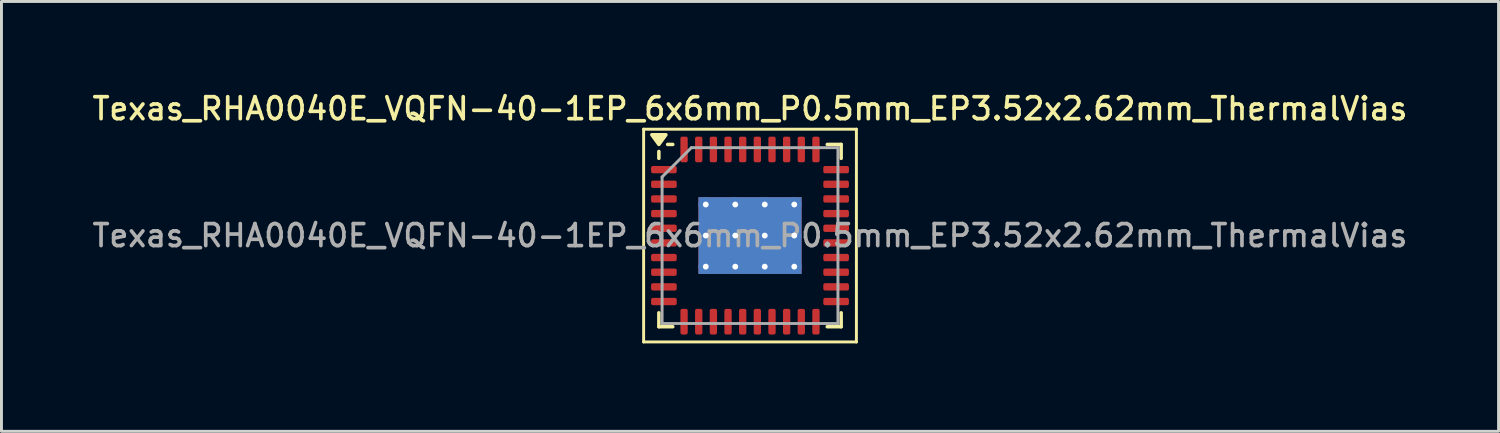
<source format=kicad_pcb>
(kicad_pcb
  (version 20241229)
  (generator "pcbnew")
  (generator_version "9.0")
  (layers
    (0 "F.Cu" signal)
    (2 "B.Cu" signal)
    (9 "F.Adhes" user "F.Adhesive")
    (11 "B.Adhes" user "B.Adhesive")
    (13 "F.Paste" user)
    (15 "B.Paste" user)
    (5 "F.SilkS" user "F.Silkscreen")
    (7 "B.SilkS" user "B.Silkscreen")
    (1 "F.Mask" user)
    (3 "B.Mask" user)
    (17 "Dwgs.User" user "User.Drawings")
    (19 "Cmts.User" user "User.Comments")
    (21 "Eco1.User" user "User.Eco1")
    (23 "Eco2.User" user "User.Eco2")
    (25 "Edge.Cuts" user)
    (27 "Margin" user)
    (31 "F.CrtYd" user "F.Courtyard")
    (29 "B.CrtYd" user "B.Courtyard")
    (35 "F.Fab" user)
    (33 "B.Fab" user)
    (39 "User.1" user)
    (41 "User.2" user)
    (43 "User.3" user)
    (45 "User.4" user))
  (footprint "Texas_RHA0040E_VQFN-40-1EP_6x6mm_P0.5mm_EP3.52x2.62mm_ThermalVias"
    (layer "F.Cu")
    (at 22.541 4.988)
    (property "Reference" "Texas_RHA0040E_VQFN-40-1EP_6x6mm_P0.5mm_EP3.52x2.62mm_ThermalVias" (at 0 -4.33 0) (layer "F.SilkS") (effects (font (size 0.75 0.75) (thickness 0.125))))
    (attr smd)
    (fp_line (start -3.63 -3.63) (end -3.63 3.63) (stroke (width 0.1) (type solid)) (layer "F.SilkS"))
    (fp_line (start -3.63 3.63) (end 3.63 3.63) (stroke (width 0.1) (type solid)) (layer "F.SilkS"))
    (fp_line (start -3.11 -2.635) (end -3.11 -2.87) (stroke (width 0.12) (type solid)) (layer "F.SilkS"))
    (fp_line (start -3.11 3.11) (end -3.11 2.635) (stroke (width 0.12) (type solid)) (layer "F.SilkS"))
    (fp_line (start -2.635 -3.11) (end -2.81 -3.11) (stroke (width 0.12) (type solid)) (layer "F.SilkS"))
    (fp_line (start -2.635 3.11) (end -3.11 3.11) (stroke (width 0.12) (type solid)) (layer "F.SilkS"))
    (fp_line (start 2.635 -3.11) (end 3.11 -3.11) (stroke (width 0.12) (type solid)) (layer "F.SilkS"))
    (fp_line (start 2.635 3.11) (end 3.11 3.11) (stroke (width 0.12) (type solid)) (layer "F.SilkS"))
    (fp_line (start 3.11 -3.11) (end 3.11 -2.635) (stroke (width 0.12) (type solid)) (layer "F.SilkS"))
    (fp_line (start 3.11 3.11) (end 3.11 2.635) (stroke (width 0.12) (type solid)) (layer "F.SilkS"))
    (fp_line (start 3.63 -3.63) (end -3.63 -3.63) (stroke (width 0.1) (type solid)) (layer "F.SilkS"))
    (fp_line (start 3.63 3.63) (end 3.63 -3.63) (stroke (width 0.1) (type solid)) (layer "F.SilkS"))
    (fp_poly (pts (xy -3.11 -3.11) (xy -3.35 -3.44) (xy -2.87 -3.44) (xy -3.11 -3.11)) (stroke (width 0.12) (type solid)) (fill yes) (layer "F.SilkS"))
    (fp_line (start -3 -2) (end -2 -3) (stroke (width 0.1) (type solid)) (layer "F.Fab"))
    (fp_line (start -3 3) (end -3 -2) (stroke (width 0.1) (type solid)) (layer "F.Fab"))
    (fp_line (start -2 -3) (end 3 -3) (stroke (width 0.1) (type solid)) (layer "F.Fab"))
    (fp_line (start 3 -3) (end 3 3) (stroke (width 0.1) (type solid)) (layer "F.Fab"))
    (fp_line (start 3 3) (end -3 3) (stroke (width 0.1) (type solid)) (layer "F.Fab"))
    (fp_text user "${REFERENCE}" (at 0 0 0) (layer "F.Fab") (effects (font (size 0.75 0.75) (thickness 0.125))))
    (pad "" smd roundrect (at -1.17 -0.655) (size 0.98 1.1) (layers "F.Paste") (roundrect_rratio 0.25))
    (pad "" smd roundrect (at -1.17 0.655) (size 0.98 1.1) (layers "F.Paste") (roundrect_rratio 0.25))
    (pad "" smd roundrect (at 0 -0.655) (size 0.98 1.1) (layers "F.Paste") (roundrect_rratio 0.25))
    (pad "" smd roundrect (at 0 0.655) (size 0.98 1.1) (layers "F.Paste") (roundrect_rratio 0.25))
    (pad "" smd roundrect (at 1.17 -0.655) (size 0.98 1.1) (layers "F.Paste") (roundrect_rratio 0.25))
    (pad "" smd roundrect (at 1.17 0.655) (size 0.98 1.1) (layers "F.Paste") (roundrect_rratio 0.25))
    (pad "1" smd roundrect (at -2.938 -2.25) (size 0.875 0.25) (layers "F.Cu" "F.Mask" "F.Paste") (roundrect_rratio 0.25))
    (pad "2" smd roundrect (at -2.938 -1.75) (size 0.875 0.25) (layers "F.Cu" "F.Mask" "F.Paste") (roundrect_rratio 0.25))
    (pad "3" smd roundrect (at -2.938 -1.25) (size 0.875 0.25) (layers "F.Cu" "F.Mask" "F.Paste") (roundrect_rratio 0.25))
    (pad "4" smd roundrect (at -2.938 -0.75) (size 0.875 0.25) (layers "F.Cu" "F.Mask" "F.Paste") (roundrect_rratio 0.25))
    (pad "5" smd roundrect (at -2.938 -0.25) (size 0.875 0.25) (layers "F.Cu" "F.Mask" "F.Paste") (roundrect_rratio 0.25))
    (pad "6" smd roundrect (at -2.938 0.25) (size 0.875 0.25) (layers "F.Cu" "F.Mask" "F.Paste") (roundrect_rratio 0.25))
    (pad "7" smd roundrect (at -2.938 0.75) (size 0.875 0.25) (layers "F.Cu" "F.Mask" "F.Paste") (roundrect_rratio 0.25))
    (pad "8" smd roundrect (at -2.938 1.25) (size 0.875 0.25) (layers "F.Cu" "F.Mask" "F.Paste") (roundrect_rratio 0.25))
    (pad "9" smd roundrect (at -2.938 1.75) (size 0.875 0.25) (layers "F.Cu" "F.Mask" "F.Paste") (roundrect_rratio 0.25))
    (pad "10" smd roundrect (at -2.938 2.25) (size 0.875 0.25) (layers "F.Cu" "F.Mask" "F.Paste") (roundrect_rratio 0.25))
    (pad "11" smd roundrect (at -2.25 2.938) (size 0.25 0.875) (layers "F.Cu" "F.Mask" "F.Paste") (roundrect_rratio 0.25))
    (pad "12" smd roundrect (at -1.75 2.938) (size 0.25 0.875) (layers "F.Cu" "F.Mask" "F.Paste") (roundrect_rratio 0.25))
    (pad "13" smd roundrect (at -1.25 2.938) (size 0.25 0.875) (layers "F.Cu" "F.Mask" "F.Paste") (roundrect_rratio 0.25))
    (pad "14" smd roundrect (at -0.75 2.938) (size 0.25 0.875) (layers "F.Cu" "F.Mask" "F.Paste") (roundrect_rratio 0.25))
    (pad "15" smd roundrect (at -0.25 2.938) (size 0.25 0.875) (layers "F.Cu" "F.Mask" "F.Paste") (roundrect_rratio 0.25))
    (pad "16" smd roundrect (at 0.25 2.938) (size 0.25 0.875) (layers "F.Cu" "F.Mask" "F.Paste") (roundrect_rratio 0.25))
    (pad "17" smd roundrect (at 0.75 2.938) (size 0.25 0.875) (layers "F.Cu" "F.Mask" "F.Paste") (roundrect_rratio 0.25))
    (pad "18" smd roundrect (at 1.25 2.938) (size 0.25 0.875) (layers "F.Cu" "F.Mask" "F.Paste") (roundrect_rratio 0.25))
    (pad "19" smd roundrect (at 1.75 2.938) (size 0.25 0.875) (layers "F.Cu" "F.Mask" "F.Paste") (roundrect_rratio 0.25))
    (pad "20" smd roundrect (at 2.25 2.938) (size 0.25 0.875) (layers "F.Cu" "F.Mask" "F.Paste") (roundrect_rratio 0.25))
    (pad "21" smd roundrect (at 2.938 2.25) (size 0.875 0.25) (layers "F.Cu" "F.Mask" "F.Paste") (roundrect_rratio 0.25))
    (pad "22" smd roundrect (at 2.938 1.75) (size 0.875 0.25) (layers "F.Cu" "F.Mask" "F.Paste") (roundrect_rratio 0.25))
    (pad "23" smd roundrect (at 2.938 1.25) (size 0.875 0.25) (layers "F.Cu" "F.Mask" "F.Paste") (roundrect_rratio 0.25))
    (pad "24" smd roundrect (at 2.938 0.75) (size 0.875 0.25) (layers "F.Cu" "F.Mask" "F.Paste") (roundrect_rratio 0.25))
    (pad "25" smd roundrect (at 2.938 0.25) (size 0.875 0.25) (layers "F.Cu" "F.Mask" "F.Paste") (roundrect_rratio 0.25))
    (pad "26" smd roundrect (at 2.938 -0.25) (size 0.875 0.25) (layers "F.Cu" "F.Mask" "F.Paste") (roundrect_rratio 0.25))
    (pad "27" smd roundrect (at 2.938 -0.75) (size 0.875 0.25) (layers "F.Cu" "F.Mask" "F.Paste") (roundrect_rratio 0.25))
    (pad "28" smd roundrect (at 2.938 -1.25) (size 0.875 0.25) (layers "F.Cu" "F.Mask" "F.Paste") (roundrect_rratio 0.25))
    (pad "29" smd roundrect (at 2.938 -1.75) (size 0.875 0.25) (layers "F.Cu" "F.Mask" "F.Paste") (roundrect_rratio 0.25))
    (pad "30" smd roundrect (at 2.938 -2.25) (size 0.875 0.25) (layers "F.Cu" "F.Mask" "F.Paste") (roundrect_rratio 0.25))
    (pad "31" smd roundrect (at 2.25 -2.938) (size 0.25 0.875) (layers "F.Cu" "F.Mask" "F.Paste") (roundrect_rratio 0.25))
    (pad "32" smd roundrect (at 1.75 -2.938) (size 0.25 0.875) (layers "F.Cu" "F.Mask" "F.Paste") (roundrect_rratio 0.25))
    (pad "33" smd roundrect (at 1.25 -2.938) (size 0.25 0.875) (layers "F.Cu" "F.Mask" "F.Paste") (roundrect_rratio 0.25))
    (pad "34" smd roundrect (at 0.75 -2.938) (size 0.25 0.875) (layers "F.Cu" "F.Mask" "F.Paste") (roundrect_rratio 0.25))
    (pad "35" smd roundrect (at 0.25 -2.938) (size 0.25 0.875) (layers "F.Cu" "F.Mask" "F.Paste") (roundrect_rratio 0.25))
    (pad "36" smd roundrect (at -0.25 -2.938) (size 0.25 0.875) (layers "F.Cu" "F.Mask" "F.Paste") (roundrect_rratio 0.25))
    (pad "37" smd roundrect (at -0.75 -2.938) (size 0.25 0.875) (layers "F.Cu" "F.Mask" "F.Paste") (roundrect_rratio 0.25))
    (pad "38" smd roundrect (at -1.25 -2.938) (size 0.25 0.875) (layers "F.Cu" "F.Mask" "F.Paste") (roundrect_rratio 0.25))
    (pad "39" smd roundrect (at -1.75 -2.938) (size 0.25 0.875) (layers "F.Cu" "F.Mask" "F.Paste") (roundrect_rratio 0.25))
    (pad "40" smd roundrect (at -2.25 -2.938) (size 0.25 0.875) (layers "F.Cu" "F.Mask" "F.Paste") (roundrect_rratio 0.25))
    (pad "41" thru_hole circle (at -1.51 -1.06) (size 0.5 0.5) (drill 0.2) (property pad_prop_heatsink) (layers "*.Cu"))
    (pad "41" thru_hole circle (at -1.51 0) (size 0.5 0.5) (drill 0.2) (property pad_prop_heatsink) (layers "*.Cu"))
    (pad "41" thru_hole circle (at -1.51 1.06) (size 0.5 0.5) (drill 0.2) (property pad_prop_heatsink) (layers "*.Cu"))
    (pad "41" thru_hole circle (at -0.503 -1.06) (size 0.5 0.5) (drill 0.2) (property pad_prop_heatsink) (layers "*.Cu"))
    (pad "41" thru_hole circle (at -0.503 0) (size 0.5 0.5) (drill 0.2) (property pad_prop_heatsink) (layers "*.Cu"))
    (pad "41" thru_hole circle (at -0.503 1.06) (size 0.5 0.5) (drill 0.2) (property pad_prop_heatsink) (layers "*.Cu"))
    (pad "41" smd rect (at 0 0) (size 3.52 2.62) (property pad_prop_heatsink) (layers "F.Cu" "F.Mask"))
    (pad "41" smd rect (at 0 0) (size 3.52 2.62) (property pad_prop_heatsink) (layers "B.Cu"))
    (pad "41" thru_hole circle (at 0.503 -1.06) (size 0.5 0.5) (drill 0.2) (property pad_prop_heatsink) (layers "*.Cu"))
    (pad "41" thru_hole circle (at 0.503 0) (size 0.5 0.5) (drill 0.2) (property pad_prop_heatsink) (layers "*.Cu"))
    (pad "41" thru_hole circle (at 0.503 1.06) (size 0.5 0.5) (drill 0.2) (property pad_prop_heatsink) (layers "*.Cu"))
    (pad "41" thru_hole circle (at 1.51 -1.06) (size 0.5 0.5) (drill 0.2) (property pad_prop_heatsink) (layers "*.Cu"))
    (pad "41" thru_hole circle (at 1.51 0) (size 0.5 0.5) (drill 0.2) (property pad_prop_heatsink) (layers "*.Cu"))
    (pad "41" thru_hole circle (at 1.51 1.06) (size 0.5 0.5) (drill 0.2) (property pad_prop_heatsink) (layers "*.Cu")))
  (gr_rect
    (start -3 -3)
    (end 48.082 11.668)
    (stroke (width 0.1) (type default))
    (fill no)
    (layer "Edge.Cuts")))
</source>
